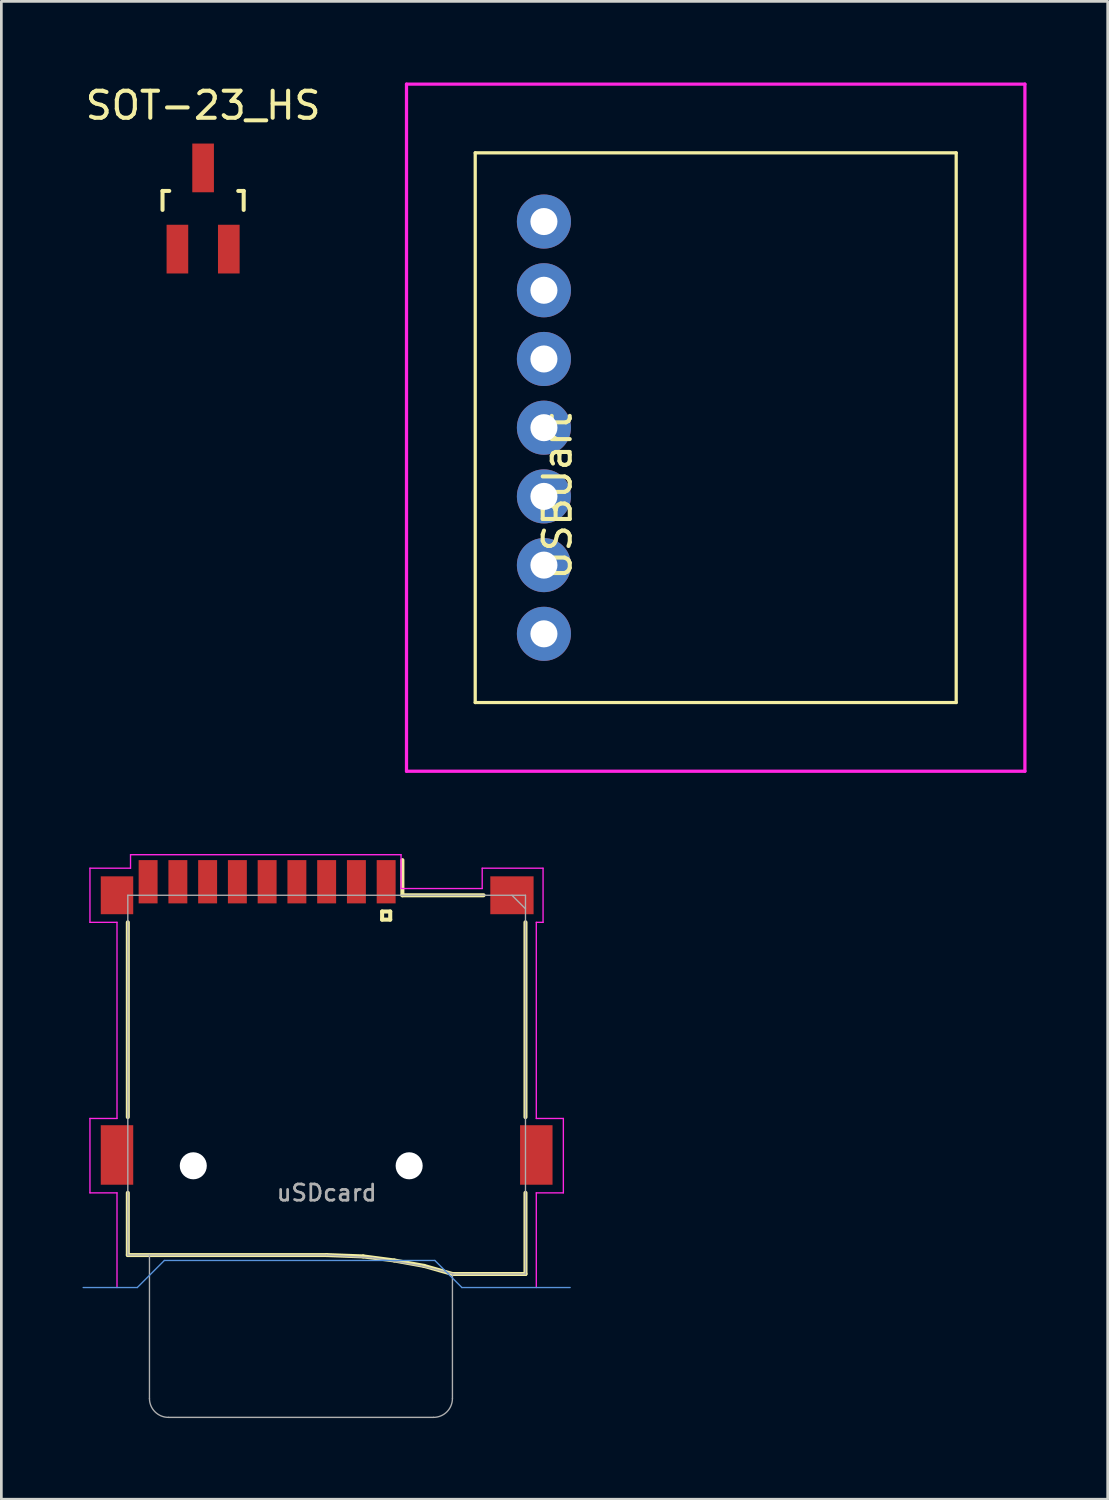
<source format=kicad_pcb>
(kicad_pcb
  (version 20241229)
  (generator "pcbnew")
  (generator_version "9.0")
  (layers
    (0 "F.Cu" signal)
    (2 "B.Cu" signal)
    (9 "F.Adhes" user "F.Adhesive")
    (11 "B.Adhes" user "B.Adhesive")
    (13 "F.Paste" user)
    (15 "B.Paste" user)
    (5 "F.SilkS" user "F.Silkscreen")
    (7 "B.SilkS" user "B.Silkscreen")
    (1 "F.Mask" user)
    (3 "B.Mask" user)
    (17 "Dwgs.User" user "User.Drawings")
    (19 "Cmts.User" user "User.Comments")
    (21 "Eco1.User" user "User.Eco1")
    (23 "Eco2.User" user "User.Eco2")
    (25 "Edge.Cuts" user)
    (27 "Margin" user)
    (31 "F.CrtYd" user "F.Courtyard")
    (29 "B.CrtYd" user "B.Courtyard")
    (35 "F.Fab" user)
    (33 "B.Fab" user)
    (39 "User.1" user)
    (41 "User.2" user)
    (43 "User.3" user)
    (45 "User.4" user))
  (footprint "USBUart"
    (layer "F.Cu")
    (at 24.677 12.76)
    (property "Reference" "USBUart" (at -7.12 2.54 90) (layer "F.SilkS") (effects (font (size 1 1) (thickness 0.15))))
    (attr through_hole)
    (fp_line (start -10.16 -10.16) (end 7.62 -10.16) (stroke (width 0.12) (type solid)) (layer "F.SilkS"))
    (fp_line (start -10.16 10.16) (end -10.16 -10.16) (stroke (width 0.12) (type solid)) (layer "F.SilkS"))
    (fp_line (start 7.62 -10.16) (end 7.62 10.16) (stroke (width 0.12) (type solid)) (layer "F.SilkS"))
    (fp_line (start 7.62 10.16) (end -10.16 10.16) (stroke (width 0.12) (type solid)) (layer "F.SilkS"))
    (fp_line (start -12.7 -12.7) (end 10.16 -12.7) (stroke (width 0.12) (type solid)) (layer "F.CrtYd"))
    (fp_line (start -12.7 12.7) (end -12.7 -12.7) (stroke (width 0.12) (type solid)) (layer "F.CrtYd"))
    (fp_line (start 10.16 -12.7) (end 10.16 12.7) (stroke (width 0.12) (type solid)) (layer "F.CrtYd"))
    (fp_line (start 10.16 12.7) (end -12.7 12.7) (stroke (width 0.12) (type solid)) (layer "F.CrtYd"))
    (pad "1" thru_hole circle (at -7.62 7.62 90) (size 2 2) (drill 1) (layers "*.Cu" "*.Mask"))
    (pad "2" thru_hole circle (at -7.62 5.08 90) (size 2 2) (drill 1) (layers "*.Cu" "*.Mask"))
    (pad "3" thru_hole circle (at -7.62 2.54 90) (size 2 2) (drill 1) (layers "*.Cu" "*.Mask"))
    (pad "4" thru_hole circle (at -7.62 0 90) (size 2 2) (drill 1) (layers "*.Cu" "*.Mask"))
    (pad "5" thru_hole circle (at -7.62 -2.54 90) (size 2 2) (drill 1) (layers "*.Cu" "*.Mask"))
    (pad "6" thru_hole circle (at -7.62 -5.08 90) (size 2 2) (drill 1) (layers "*.Cu" "*.Mask"))
    (pad "7" thru_hole circle (at -7.62 -7.62 90) (size 2 2) (drill 1) (layers "*.Cu" "*.Mask")))
  (footprint "SOT-23_HS"
    (layer "F.Cu")
    (at 4.458 4.658)
    (property "Reference" "SOT-23_HS" (at 0 -3.81 0) (layer "F.SilkS") (effects (font (size 1 1) (thickness 0.15))))
    (attr smd)
    (fp_line (start -1.5 -0.65) (end -1.251 -0.65) (stroke (width 0.15) (type solid)) (layer "F.SilkS"))
    (fp_line (start -1.5 0.051) (end -1.5 -0.65) (stroke (width 0.15) (type solid)) (layer "F.SilkS"))
    (fp_line (start 1.299 -0.65) (end 1.5 -0.65) (stroke (width 0.15) (type solid)) (layer "F.SilkS"))
    (fp_line (start 1.5 -0.65) (end 1.5 0.051) (stroke (width 0.15) (type solid)) (layer "F.SilkS"))
    (pad "1" smd rect (at -0.95 1.501) (size 0.8 1.801) (layers "F.Cu" "F.Mask" "F.Paste"))
    (pad "2" smd rect (at 0.95 1.501) (size 0.8 1.801) (layers "F.Cu" "F.Mask" "F.Paste"))
    (pad "3" smd rect (at 0 -1.501) (size 0.8 1.801) (layers "F.Cu" "F.Mask" "F.Paste")))
  (footprint "uSDcard"
    (layer "F.Cu")
    (at 9.025 40.045)
    (property "Reference" "uSDcard" (at 0 1 180) (layer "F.Fab") (effects (font (size 0.6 0.6) (thickness 0.1))))
    (attr through_hole)
    (fp_line (start -7.35 -1.8) (end -7.35 -9) (stroke (width 0.15) (type solid)) (layer "F.SilkS"))
    (fp_line (start -7.35 1) (end -7.35 3.3) (stroke (width 0.15) (type solid)) (layer "F.SilkS"))
    (fp_line (start -7.35 3.3) (end 0 3.3) (stroke (width 0.15) (type solid)) (layer "F.SilkS"))
    (fp_line (start 0 3.3) (end 1.35 3.35) (stroke (width 0.15) (type solid)) (layer "F.SilkS"))
    (fp_line (start 1.35 3.35) (end 2.5 3.5) (stroke (width 0.15) (type solid)) (layer "F.SilkS"))
    (fp_line (start 2.05 -9.4) (end 2.05 -9.1) (stroke (width 0.15) (type solid)) (layer "F.SilkS"))
    (fp_line (start 2.05 -9.1) (end 2.35 -9.1) (stroke (width 0.15) (type solid)) (layer "F.SilkS"))
    (fp_line (start 2.35 -9.4) (end 2.05 -9.4) (stroke (width 0.15) (type solid)) (layer "F.SilkS"))
    (fp_line (start 2.35 -9.1) (end 2.35 -9.4) (stroke (width 0.15) (type solid)) (layer "F.SilkS"))
    (fp_line (start 2.5 3.5) (end 3.6 3.7) (stroke (width 0.15) (type solid)) (layer "F.SilkS"))
    (fp_line (start 2.8 -10) (end 2.8 -11.3) (stroke (width 0.15) (type solid)) (layer "F.SilkS"))
    (fp_line (start 2.8 -10) (end 5.8 -10) (stroke (width 0.15) (type solid)) (layer "F.SilkS"))
    (fp_line (start 3.6 3.7) (end 4.65 4) (stroke (width 0.15) (type solid)) (layer "F.SilkS"))
    (fp_line (start 4.65 4) (end 7.35 4) (stroke (width 0.15) (type solid)) (layer "F.SilkS"))
    (fp_line (start 7.35 -9) (end 7.35 -1.8) (stroke (width 0.15) (type solid)) (layer "F.SilkS"))
    (fp_line (start 7.35 4) (end 7.35 1) (stroke (width 0.15) (type solid)) (layer "F.SilkS"))
    (fp_line (start -9 4.5) (end -7 4.5) (stroke (width 0.05) (type solid)) (layer "Cmts.User"))
    (fp_line (start -7 4.5) (end -6 3.5) (stroke (width 0.05) (type solid)) (layer "Cmts.User"))
    (fp_line (start -6 3.5) (end 4 3.5) (stroke (width 0.05) (type solid)) (layer "Cmts.User"))
    (fp_line (start 4 3.5) (end 5 4.5) (stroke (width 0.05) (type solid)) (layer "Cmts.User"))
    (fp_line (start 5 4.5) (end 9 4.5) (stroke (width 0.05) (type solid)) (layer "Cmts.User"))
    (fp_line (start -8.75 -11) (end -7.25 -11) (stroke (width 0.05) (type solid)) (layer "F.CrtYd"))
    (fp_line (start -8.75 -9) (end -8.75 -11) (stroke (width 0.05) (type solid)) (layer "F.CrtYd"))
    (fp_line (start -8.75 -1.75) (end -7.75 -1.75) (stroke (width 0.05) (type solid)) (layer "F.CrtYd"))
    (fp_line (start -8.75 1) (end -8.75 -1.75) (stroke (width 0.05) (type solid)) (layer "F.CrtYd"))
    (fp_line (start -7.75 -9) (end -8.75 -9) (stroke (width 0.05) (type solid)) (layer "F.CrtYd"))
    (fp_line (start -7.75 -1.75) (end -7.75 -9) (stroke (width 0.05) (type solid)) (layer "F.CrtYd"))
    (fp_line (start -7.75 1) (end -8.75 1) (stroke (width 0.05) (type solid)) (layer "F.CrtYd"))
    (fp_line (start -7.75 4.5) (end -7.75 1) (stroke (width 0.05) (type solid)) (layer "F.CrtYd"))
    (fp_line (start -7.25 -11.5) (end 2.75 -11.5) (stroke (width 0.05) (type solid)) (layer "F.CrtYd"))
    (fp_line (start -7.25 -11) (end -7.25 -11.5) (stroke (width 0.05) (type solid)) (layer "F.CrtYd"))
    (fp_line (start 2.75 -11.5) (end 2.75 -10.25) (stroke (width 0.05) (type solid)) (layer "F.CrtYd"))
    (fp_line (start 2.75 -10.25) (end 5.75 -10.25) (stroke (width 0.05) (type solid)) (layer "F.CrtYd"))
    (fp_line (start 5.75 -11) (end 8 -11) (stroke (width 0.05) (type solid)) (layer "F.CrtYd"))
    (fp_line (start 5.75 -10.25) (end 5.75 -11) (stroke (width 0.05) (type solid)) (layer "F.CrtYd"))
    (fp_line (start 7.75 -9) (end 7.75 -1.75) (stroke (width 0.05) (type solid)) (layer "F.CrtYd"))
    (fp_line (start 7.75 -1.75) (end 8.75 -1.75) (stroke (width 0.05) (type solid)) (layer "F.CrtYd"))
    (fp_line (start 7.75 1) (end 7.75 4.5) (stroke (width 0.05) (type solid)) (layer "F.CrtYd"))
    (fp_line (start 8 -11) (end 8 -9) (stroke (width 0.05) (type solid)) (layer "F.CrtYd"))
    (fp_line (start 8 -9) (end 7.75 -9) (stroke (width 0.05) (type solid)) (layer "F.CrtYd"))
    (fp_line (start 8.75 -1.75) (end 8.75 1) (stroke (width 0.05) (type solid)) (layer "F.CrtYd"))
    (fp_line (start 8.75 1) (end 7.75 1) (stroke (width 0.05) (type solid)) (layer "F.CrtYd"))
    (fp_line (start -7.35 -10) (end -7.35 3.3) (stroke (width 0.05) (type solid)) (layer "F.Fab"))
    (fp_line (start -7.35 -10) (end 7.35 -10) (stroke (width 0.05) (type solid)) (layer "F.Fab"))
    (fp_line (start -7.35 3.3) (end 0 3.3) (stroke (width 0.05) (type solid)) (layer "F.Fab"))
    (fp_line (start -6.55 8.6) (end -6.55 3.3) (stroke (width 0.05) (type solid)) (layer "F.Fab"))
    (fp_line (start -5.85 9.3) (end 3.95 9.3) (stroke (width 0.05) (type solid)) (layer "F.Fab"))
    (fp_line (start 0 3.3) (end 1.7 3.4) (stroke (width 0.05) (type solid)) (layer "F.Fab"))
    (fp_line (start 1.7 3.4) (end 3.5 3.7) (stroke (width 0.05) (type solid)) (layer "F.Fab"))
    (fp_line (start 3.5 3.7) (end 4.7 4) (stroke (width 0.05) (type solid)) (layer "F.Fab"))
    (fp_line (start 4.65 4) (end 7.35 4) (stroke (width 0.05) (type solid)) (layer "F.Fab"))
    (fp_line (start 4.65 8.6) (end 4.65 4) (stroke (width 0.05) (type solid)) (layer "F.Fab"))
    (fp_line (start 7.35 -10) (end 7.35 4) (stroke (width 0.05) (type solid)) (layer "F.Fab"))
    (fp_line (start 7.35 -9.5) (end 6.85 -10) (stroke (width 0.05) (type solid)) (layer "F.Fab"))
    (fp_arc (start -5.85 9.3) (mid -6.344975 9.094975) (end -6.55 8.6) (stroke (width 0.05) (type solid)) (layer "F.Fab"))
    (fp_arc (start 4.65 8.6) (mid 4.444975 9.094975) (end 3.95 9.3) (stroke (width 0.05) (type solid)) (layer "F.Fab"))
    (fp_text user "${REFERENCE}" (at 2.1 -9.35 180) (layer "Eco1.User") (effects (font (size 0.3 0.3) (thickness 0.03))))
    (pad "" np_thru_hole circle (at -4.93 0) (size 1 1) (drill 1) (layers "*.Cu"))
    (pad "" np_thru_hole circle (at 3.05 0) (size 1 1) (drill 1) (layers "*.Cu"))
    (pad "1" smd rect (at 2.2 -10.5) (size 0.7 1.6) (layers "F.Cu" "F.Mask" "F.Paste"))
    (pad "2" smd rect (at 1.1 -10.5) (size 0.7 1.6) (layers "F.Cu" "F.Mask" "F.Paste"))
    (pad "3" smd rect (at 0 -10.5) (size 0.7 1.6) (layers "F.Cu" "F.Mask" "F.Paste"))
    (pad "4" smd rect (at -1.1 -10.5) (size 0.7 1.6) (layers "F.Cu" "F.Mask" "F.Paste"))
    (pad "5" smd rect (at -2.2 -10.5) (size 0.7 1.6) (layers "F.Cu" "F.Mask" "F.Paste"))
    (pad "6" smd rect (at -7.75 -10) (size 1.2 1.4) (layers "F.Cu" "F.Mask" "F.Paste"))
    (pad "6" smd rect (at -7.75 -0.4) (size 1.2 2.2) (layers "F.Cu" "F.Mask" "F.Paste"))
    (pad "6" smd rect (at -3.3 -10.5) (size 0.7 1.6) (layers "F.Cu" "F.Mask" "F.Paste"))
    (pad "6" smd rect (at 6.85 -10) (size 1.6 1.4) (layers "F.Cu" "F.Mask" "F.Paste"))
    (pad "6" smd rect (at 7.75 -0.4) (size 1.2 2.2) (layers "F.Cu" "F.Mask" "F.Paste"))
    (pad "7" smd rect (at -4.4 -10.5) (size 0.7 1.6) (layers "F.Cu" "F.Mask" "F.Paste"))
    (pad "8" smd rect (at -5.5 -10.5) (size 0.7 1.6) (layers "F.Cu" "F.Mask" "F.Paste"))
    (pad "9" smd rect (at -6.6 -10.5) (size 0.7 1.6) (layers "F.Cu" "F.Mask" "F.Paste")))
  (gr_rect
    (start -3 -3)
    (end 37.897 52.37)
    (stroke (width 0.1) (type default))
    (fill no)
    (layer "Edge.Cuts")))
</source>
